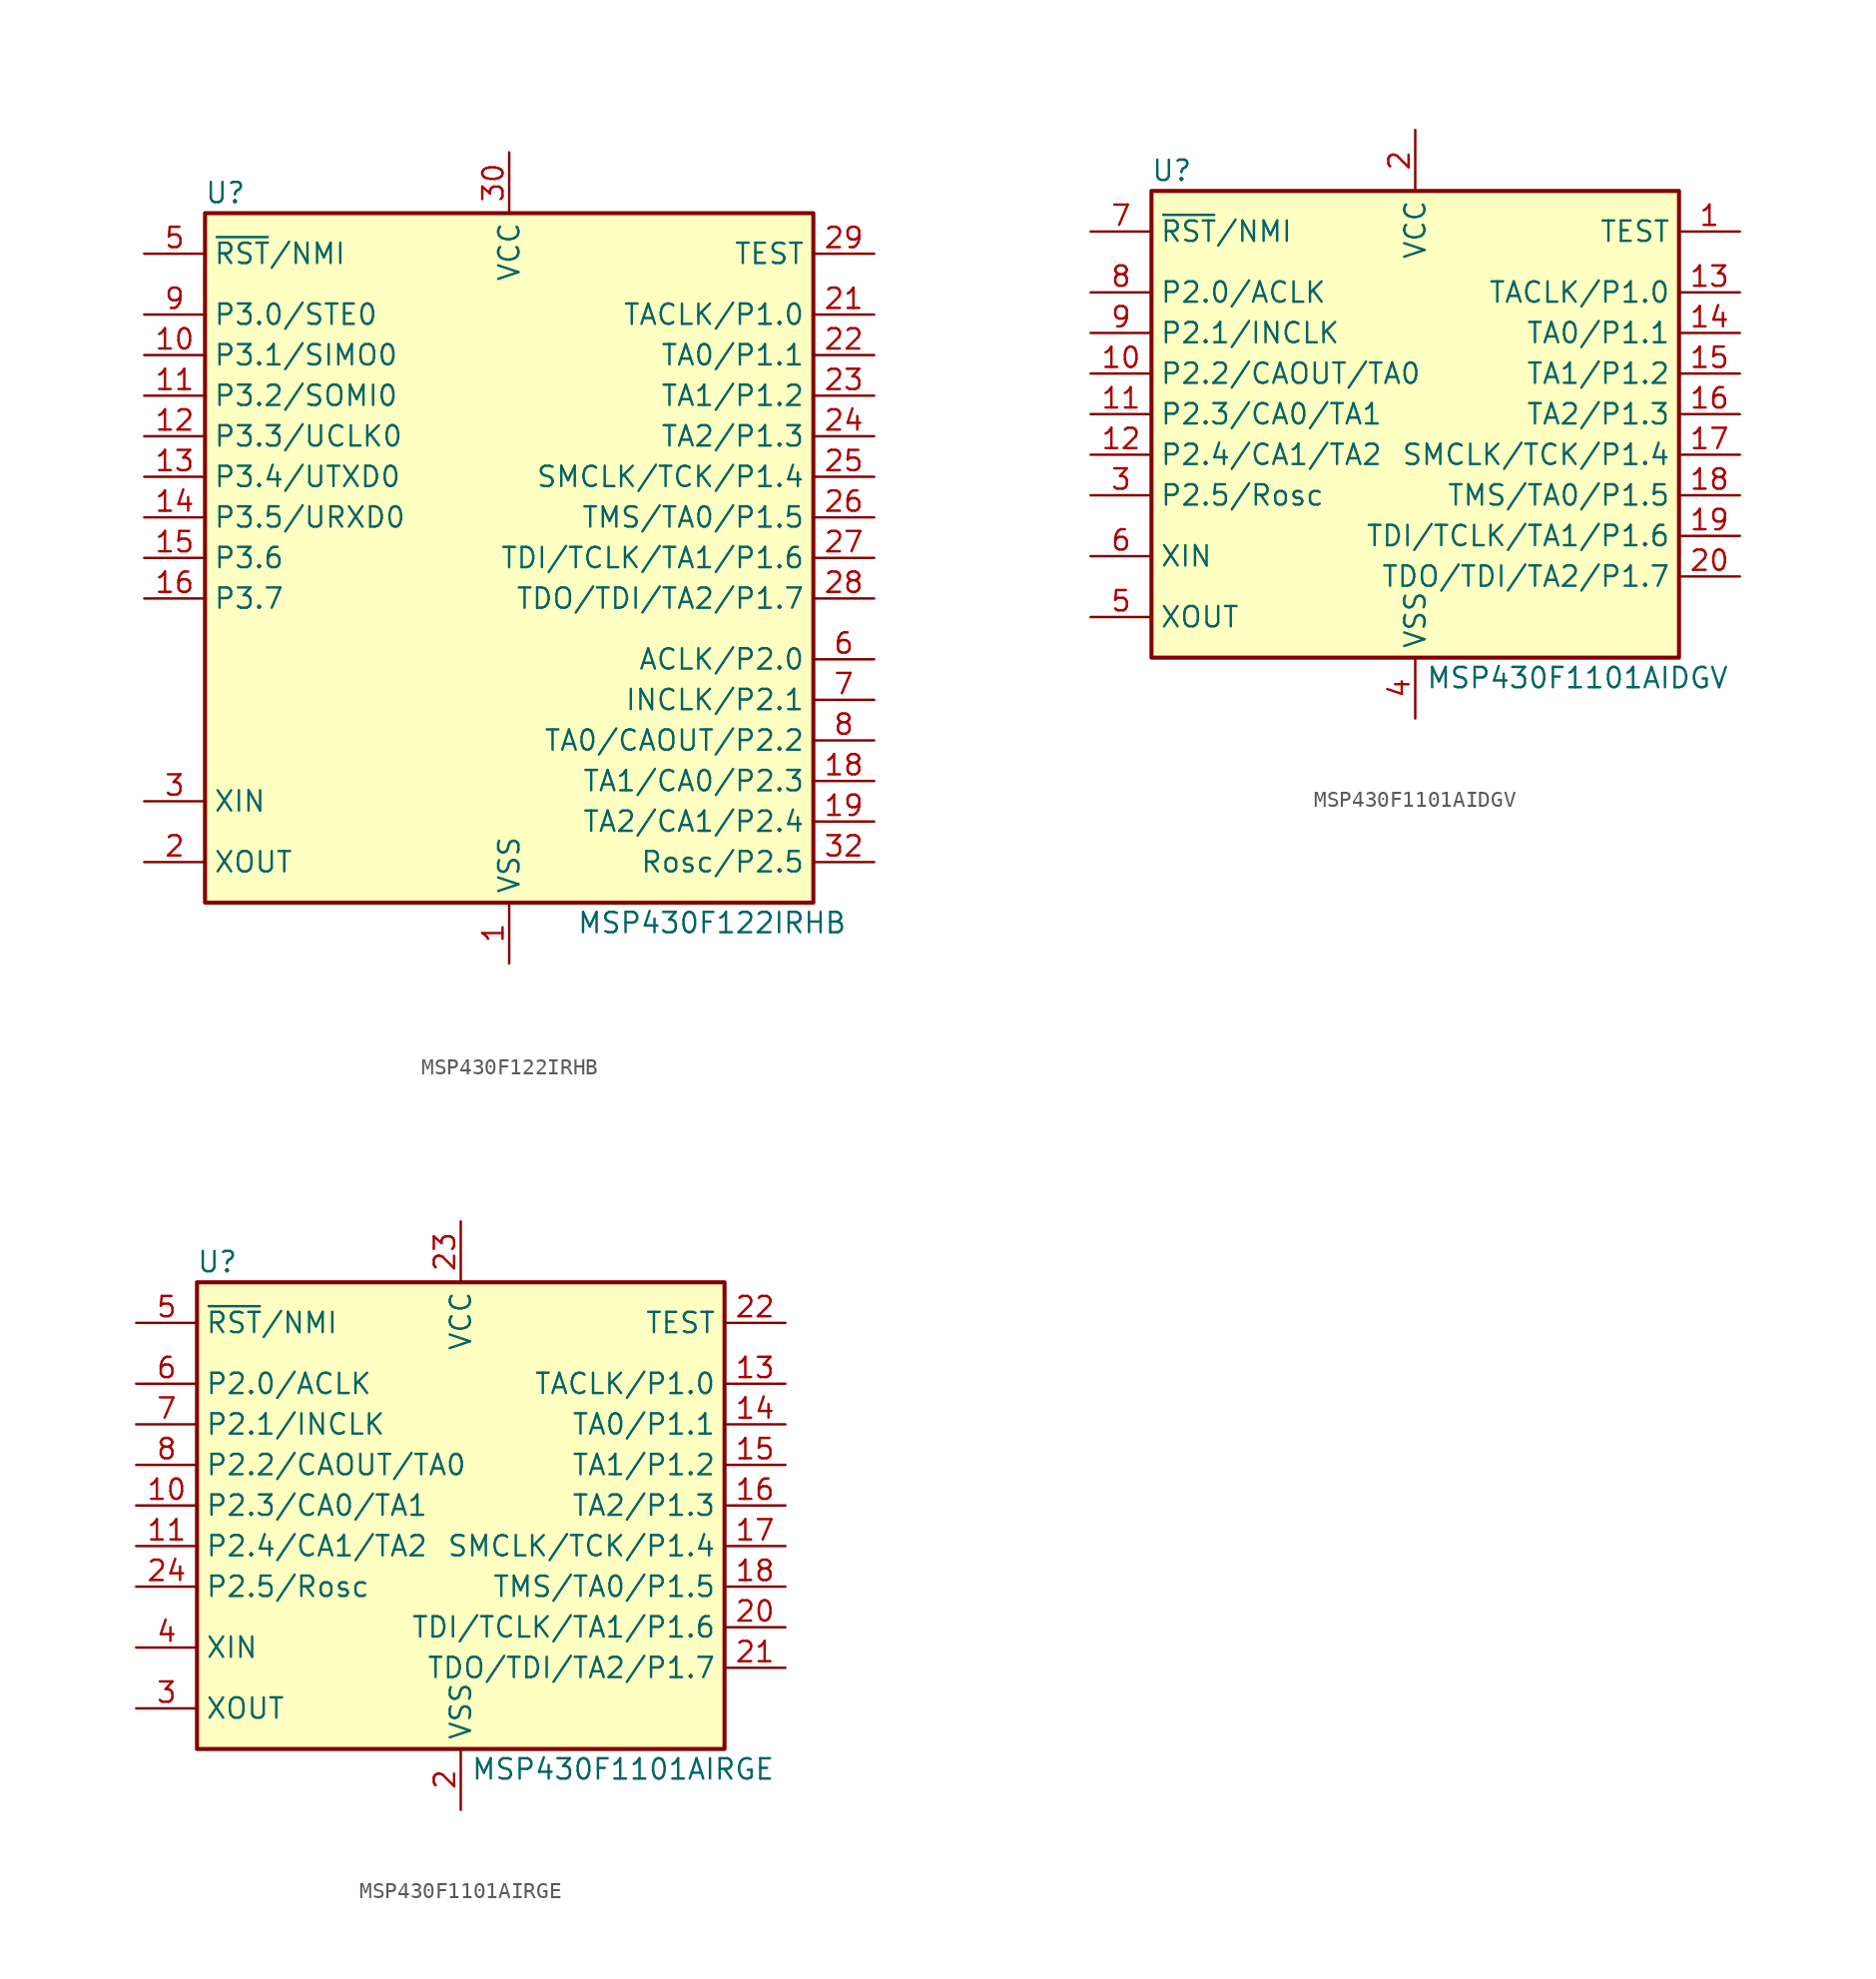
<source format=kicad_sym>
(kicad_symbol_lib
  (version 20201005)
  (generator kicad_symbol_editor)
  (symbol "MSP430F122IRHB"
    (property "Reference" "U"
      (at -17.78 22.86 0)
      (effects (font (size 1.27 1.27))))
    (property "Value" "MSP430F122IRHB"
      (at 12.7 -22.86 0)
      (effects (font (size 1.27 1.27))))
    (symbol "MSP430F122IRHB_0_1"
      (rectangle (start -19.05 21.59) (end 19.05 -21.59) (stroke (width 0.254)) (fill (type background))))
    (symbol "MSP430F122IRHB_1_1"
      (pin power_in line (at 0 -25.4 90) (length 3.81) (name "VSS" (effects (font (size 1.27 1.27)))) (number "1" (effects (font (size 1.27 1.27)))))
      (pin bidirectional line (at -22.86 12.7 0) (length 3.81) (name "P3.1/SIMO0" (effects (font (size 1.27 1.27)))) (number "10" (effects (font (size 1.27 1.27)))))
      (pin bidirectional line (at -22.86 10.16 0) (length 3.81) (name "P3.2/SOMI0" (effects (font (size 1.27 1.27)))) (number "11" (effects (font (size 1.27 1.27)))))
      (pin bidirectional line (at -22.86 7.62 0) (length 3.81) (name "P3.3/UCLK0" (effects (font (size 1.27 1.27)))) (number "12" (effects (font (size 1.27 1.27)))))
      (pin bidirectional line (at -22.86 5.08 0) (length 3.81) (name "P3.4/UTXD0" (effects (font (size 1.27 1.27)))) (number "13" (effects (font (size 1.27 1.27)))))
      (pin bidirectional line (at -22.86 2.54 0) (length 3.81) (name "P3.5/URXD0" (effects (font (size 1.27 1.27)))) (number "14" (effects (font (size 1.27 1.27)))))
      (pin bidirectional line (at -22.86 0 0) (length 3.81) (name "P3.6" (effects (font (size 1.27 1.27)))) (number "15" (effects (font (size 1.27 1.27)))))
      (pin bidirectional line (at -22.86 -2.54 0) (length 3.81) (name "P3.7" (effects (font (size 1.27 1.27)))) (number "16" (effects (font (size 1.27 1.27)))))
      (pin bidirectional line (at 22.86 -13.97 180) (length 3.81) (name "TA1/CA0/P2.3" (effects (font (size 1.27 1.27)))) (number "18" (effects (font (size 1.27 1.27)))))
      (pin bidirectional line (at 22.86 -16.51 180) (length 3.81) (name "TA2/CA1/P2.4" (effects (font (size 1.27 1.27)))) (number "19" (effects (font (size 1.27 1.27)))))
      (pin output line (at -22.86 -19.05 0) (length 3.81) (name "XOUT" (effects (font (size 1.27 1.27)))) (number "2" (effects (font (size 1.27 1.27)))))
      (pin bidirectional line (at 22.86 15.24 180) (length 3.81) (name "TACLK/P1.0" (effects (font (size 1.27 1.27)))) (number "21" (effects (font (size 1.27 1.27)))))
      (pin bidirectional line (at 22.86 12.7 180) (length 3.81) (name "TA0/P1.1" (effects (font (size 1.27 1.27)))) (number "22" (effects (font (size 1.27 1.27)))))
      (pin bidirectional line (at 22.86 10.16 180) (length 3.81) (name "TA1/P1.2" (effects (font (size 1.27 1.27)))) (number "23" (effects (font (size 1.27 1.27)))))
      (pin bidirectional line (at 22.86 7.62 180) (length 3.81) (name "TA2/P1.3" (effects (font (size 1.27 1.27)))) (number "24" (effects (font (size 1.27 1.27)))))
      (pin bidirectional line (at 22.86 5.08 180) (length 3.81) (name "SMCLK/TCK/P1.4" (effects (font (size 1.27 1.27)))) (number "25" (effects (font (size 1.27 1.27)))))
      (pin bidirectional line (at 22.86 2.54 180) (length 3.81) (name "TMS/TA0/P1.5" (effects (font (size 1.27 1.27)))) (number "26" (effects (font (size 1.27 1.27)))))
      (pin bidirectional line (at 22.86 0 180) (length 3.81) (name "TDI/TCLK/TA1/P1.6" (effects (font (size 1.27 1.27)))) (number "27" (effects (font (size 1.27 1.27)))))
      (pin bidirectional line (at 22.86 -2.54 180) (length 3.81) (name "TDO/TDI/TA2/P1.7" (effects (font (size 1.27 1.27)))) (number "28" (effects (font (size 1.27 1.27)))))
      (pin input line (at 22.86 19.05 180) (length 3.81) (name "TEST" (effects (font (size 1.27 1.27)))) (number "29" (effects (font (size 1.27 1.27)))))
      (pin input line (at -22.86 -15.24 0) (length 3.81) (name "XIN" (effects (font (size 1.27 1.27)))) (number "3" (effects (font (size 1.27 1.27)))))
      (pin power_in line (at 0 25.4 270) (length 3.81) (name "VCC" (effects (font (size 1.27 1.27)))) (number "30" (effects (font (size 1.27 1.27)))))
      (pin bidirectional line (at 22.86 -19.05 180) (length 3.81) (name "Rosc/P2.5" (effects (font (size 1.27 1.27)))) (number "32" (effects (font (size 1.27 1.27)))))
      (pin input line (at -22.86 19.05 0) (length 3.81) (name "~RST~/NMI" (effects (font (size 1.27 1.27)))) (number "5" (effects (font (size 1.27 1.27)))))
      (pin bidirectional line (at 22.86 -6.35 180) (length 3.81) (name "ACLK/P2.0" (effects (font (size 1.27 1.27)))) (number "6" (effects (font (size 1.27 1.27)))))
      (pin bidirectional line (at 22.86 -8.89 180) (length 3.81) (name "INCLK/P2.1" (effects (font (size 1.27 1.27)))) (number "7" (effects (font (size 1.27 1.27)))))
      (pin bidirectional line (at 22.86 -11.43 180) (length 3.81) (name "TA0/CAOUT/P2.2" (effects (font (size 1.27 1.27)))) (number "8" (effects (font (size 1.27 1.27)))))
      (pin bidirectional line (at -22.86 15.24 0) (length 3.81) (name "P3.0/STE0" (effects (font (size 1.27 1.27)))) (number "9" (effects (font (size 1.27 1.27)))))))
  (symbol "MSP430F1101AIDGV"
    (property "Reference" "U"
      (at -15.24 15.24 0)
      (effects (font (size 1.27 1.27))))
    (property "Value" "MSP430F1101AIDGV"
      (at 10.16 -16.51 0)
      (effects (font (size 1.27 1.27))))
    (symbol "MSP430F1101AIDGV_0_1"
      (rectangle (start -16.51 13.97) (end 16.51 -15.24) (stroke (width 0.254)) (fill (type background))))
    (symbol "MSP430F1101AIDGV_1_1"
      (pin input line (at 20.32 11.43 180) (length 3.81) (name "TEST" (effects (font (size 1.27 1.27)))) (number "1" (effects (font (size 1.27 1.27)))))
      (pin bidirectional line (at -20.32 2.54 0) (length 3.81) (name "P2.2/CAOUT/TA0" (effects (font (size 1.27 1.27)))) (number "10" (effects (font (size 1.27 1.27)))))
      (pin bidirectional line (at -20.32 0 0) (length 3.81) (name "P2.3/CA0/TA1" (effects (font (size 1.27 1.27)))) (number "11" (effects (font (size 1.27 1.27)))))
      (pin bidirectional line (at -20.32 -2.54 0) (length 3.81) (name "P2.4/CA1/TA2" (effects (font (size 1.27 1.27)))) (number "12" (effects (font (size 1.27 1.27)))))
      (pin bidirectional line (at 20.32 7.62 180) (length 3.81) (name "TACLK/P1.0" (effects (font (size 1.27 1.27)))) (number "13" (effects (font (size 1.27 1.27)))))
      (pin bidirectional line (at 20.32 5.08 180) (length 3.81) (name "TA0/P1.1" (effects (font (size 1.27 1.27)))) (number "14" (effects (font (size 1.27 1.27)))))
      (pin bidirectional line (at 20.32 2.54 180) (length 3.81) (name "TA1/P1.2" (effects (font (size 1.27 1.27)))) (number "15" (effects (font (size 1.27 1.27)))))
      (pin bidirectional line (at 20.32 0 180) (length 3.81) (name "TA2/P1.3" (effects (font (size 1.27 1.27)))) (number "16" (effects (font (size 1.27 1.27)))))
      (pin bidirectional line (at 20.32 -2.54 180) (length 3.81) (name "SMCLK/TCK/P1.4" (effects (font (size 1.27 1.27)))) (number "17" (effects (font (size 1.27 1.27)))))
      (pin bidirectional line (at 20.32 -5.08 180) (length 3.81) (name "TMS/TA0/P1.5" (effects (font (size 1.27 1.27)))) (number "18" (effects (font (size 1.27 1.27)))))
      (pin bidirectional line (at 20.32 -7.62 180) (length 3.81) (name "TDI/TCLK/TA1/P1.6" (effects (font (size 1.27 1.27)))) (number "19" (effects (font (size 1.27 1.27)))))
      (pin power_in line (at 0 17.78 270) (length 3.81) (name "VCC" (effects (font (size 1.27 1.27)))) (number "2" (effects (font (size 1.27 1.27)))))
      (pin bidirectional line (at 20.32 -10.16 180) (length 3.81) (name "TDO/TDI/TA2/P1.7" (effects (font (size 1.27 1.27)))) (number "20" (effects (font (size 1.27 1.27)))))
      (pin bidirectional line (at -20.32 -5.08 0) (length 3.81) (name "P2.5/Rosc" (effects (font (size 1.27 1.27)))) (number "3" (effects (font (size 1.27 1.27)))))
      (pin power_in line (at 0 -19.05 90) (length 3.81) (name "VSS" (effects (font (size 1.27 1.27)))) (number "4" (effects (font (size 1.27 1.27)))))
      (pin output line (at -20.32 -12.7 0) (length 3.81) (name "XOUT" (effects (font (size 1.27 1.27)))) (number "5" (effects (font (size 1.27 1.27)))))
      (pin input line (at -20.32 -8.89 0) (length 3.81) (name "XIN" (effects (font (size 1.27 1.27)))) (number "6" (effects (font (size 1.27 1.27)))))
      (pin input line (at -20.32 11.43 0) (length 3.81) (name "~RST~/NMI" (effects (font (size 1.27 1.27)))) (number "7" (effects (font (size 1.27 1.27)))))
      (pin bidirectional line (at -20.32 7.62 0) (length 3.81) (name "P2.0/ACLK" (effects (font (size 1.27 1.27)))) (number "8" (effects (font (size 1.27 1.27)))))
      (pin bidirectional line (at -20.32 5.08 0) (length 3.81) (name "P2.1/INCLK" (effects (font (size 1.27 1.27)))) (number "9" (effects (font (size 1.27 1.27)))))))
  (symbol "MSP430F1101AIRGE"
    (property "Reference" "U"
      (at -15.24 15.24 0)
      (effects (font (size 1.27 1.27))))
    (property "Value" "MSP430F1101AIRGE"
      (at 10.16 -16.51 0)
      (effects (font (size 1.27 1.27))))
    (symbol "MSP430F1101AIRGE_0_1"
      (rectangle (start -16.51 13.97) (end 16.51 -15.24) (stroke (width 0.254)) (fill (type background))))
    (symbol "MSP430F1101AIRGE_1_1"
      (pin bidirectional line (at -20.32 0 0) (length 3.81) (name "P2.3/CA0/TA1" (effects (font (size 1.27 1.27)))) (number "10" (effects (font (size 1.27 1.27)))))
      (pin bidirectional line (at -20.32 -2.54 0) (length 3.81) (name "P2.4/CA1/TA2" (effects (font (size 1.27 1.27)))) (number "11" (effects (font (size 1.27 1.27)))))
      (pin bidirectional line (at 20.32 7.62 180) (length 3.81) (name "TACLK/P1.0" (effects (font (size 1.27 1.27)))) (number "13" (effects (font (size 1.27 1.27)))))
      (pin bidirectional line (at 20.32 5.08 180) (length 3.81) (name "TA0/P1.1" (effects (font (size 1.27 1.27)))) (number "14" (effects (font (size 1.27 1.27)))))
      (pin bidirectional line (at 20.32 2.54 180) (length 3.81) (name "TA1/P1.2" (effects (font (size 1.27 1.27)))) (number "15" (effects (font (size 1.27 1.27)))))
      (pin bidirectional line (at 20.32 0 180) (length 3.81) (name "TA2/P1.3" (effects (font (size 1.27 1.27)))) (number "16" (effects (font (size 1.27 1.27)))))
      (pin bidirectional line (at 20.32 -2.54 180) (length 3.81) (name "SMCLK/TCK/P1.4" (effects (font (size 1.27 1.27)))) (number "17" (effects (font (size 1.27 1.27)))))
      (pin bidirectional line (at 20.32 -5.08 180) (length 3.81) (name "TMS/TA0/P1.5" (effects (font (size 1.27 1.27)))) (number "18" (effects (font (size 1.27 1.27)))))
      (pin power_in line (at 0 -19.05 90) (length 3.81) (name "VSS" (effects (font (size 1.27 1.27)))) (number "2" (effects (font (size 1.27 1.27)))))
      (pin bidirectional line (at 20.32 -7.62 180) (length 3.81) (name "TDI/TCLK/TA1/P1.6" (effects (font (size 1.27 1.27)))) (number "20" (effects (font (size 1.27 1.27)))))
      (pin bidirectional line (at 20.32 -10.16 180) (length 3.81) (name "TDO/TDI/TA2/P1.7" (effects (font (size 1.27 1.27)))) (number "21" (effects (font (size 1.27 1.27)))))
      (pin input line (at 20.32 11.43 180) (length 3.81) (name "TEST" (effects (font (size 1.27 1.27)))) (number "22" (effects (font (size 1.27 1.27)))))
      (pin power_in line (at 0 17.78 270) (length 3.81) (name "VCC" (effects (font (size 1.27 1.27)))) (number "23" (effects (font (size 1.27 1.27)))))
      (pin bidirectional line (at -20.32 -5.08 0) (length 3.81) (name "P2.5/Rosc" (effects (font (size 1.27 1.27)))) (number "24" (effects (font (size 1.27 1.27)))))
      (pin output line (at -20.32 -12.7 0) (length 3.81) (name "XOUT" (effects (font (size 1.27 1.27)))) (number "3" (effects (font (size 1.27 1.27)))))
      (pin input line (at -20.32 -8.89 0) (length 3.81) (name "XIN" (effects (font (size 1.27 1.27)))) (number "4" (effects (font (size 1.27 1.27)))))
      (pin input line (at -20.32 11.43 0) (length 3.81) (name "~RST~/NMI" (effects (font (size 1.27 1.27)))) (number "5" (effects (font (size 1.27 1.27)))))
      (pin bidirectional line (at -20.32 7.62 0) (length 3.81) (name "P2.0/ACLK" (effects (font (size 1.27 1.27)))) (number "6" (effects (font (size 1.27 1.27)))))
      (pin bidirectional line (at -20.32 5.08 0) (length 3.81) (name "P2.1/INCLK" (effects (font (size 1.27 1.27)))) (number "7" (effects (font (size 1.27 1.27)))))
      (pin bidirectional line (at -20.32 2.54 0) (length 3.81) (name "P2.2/CAOUT/TA0" (effects (font (size 1.27 1.27)))) (number "8" (effects (font (size 1.27 1.27))))))))
</source>
